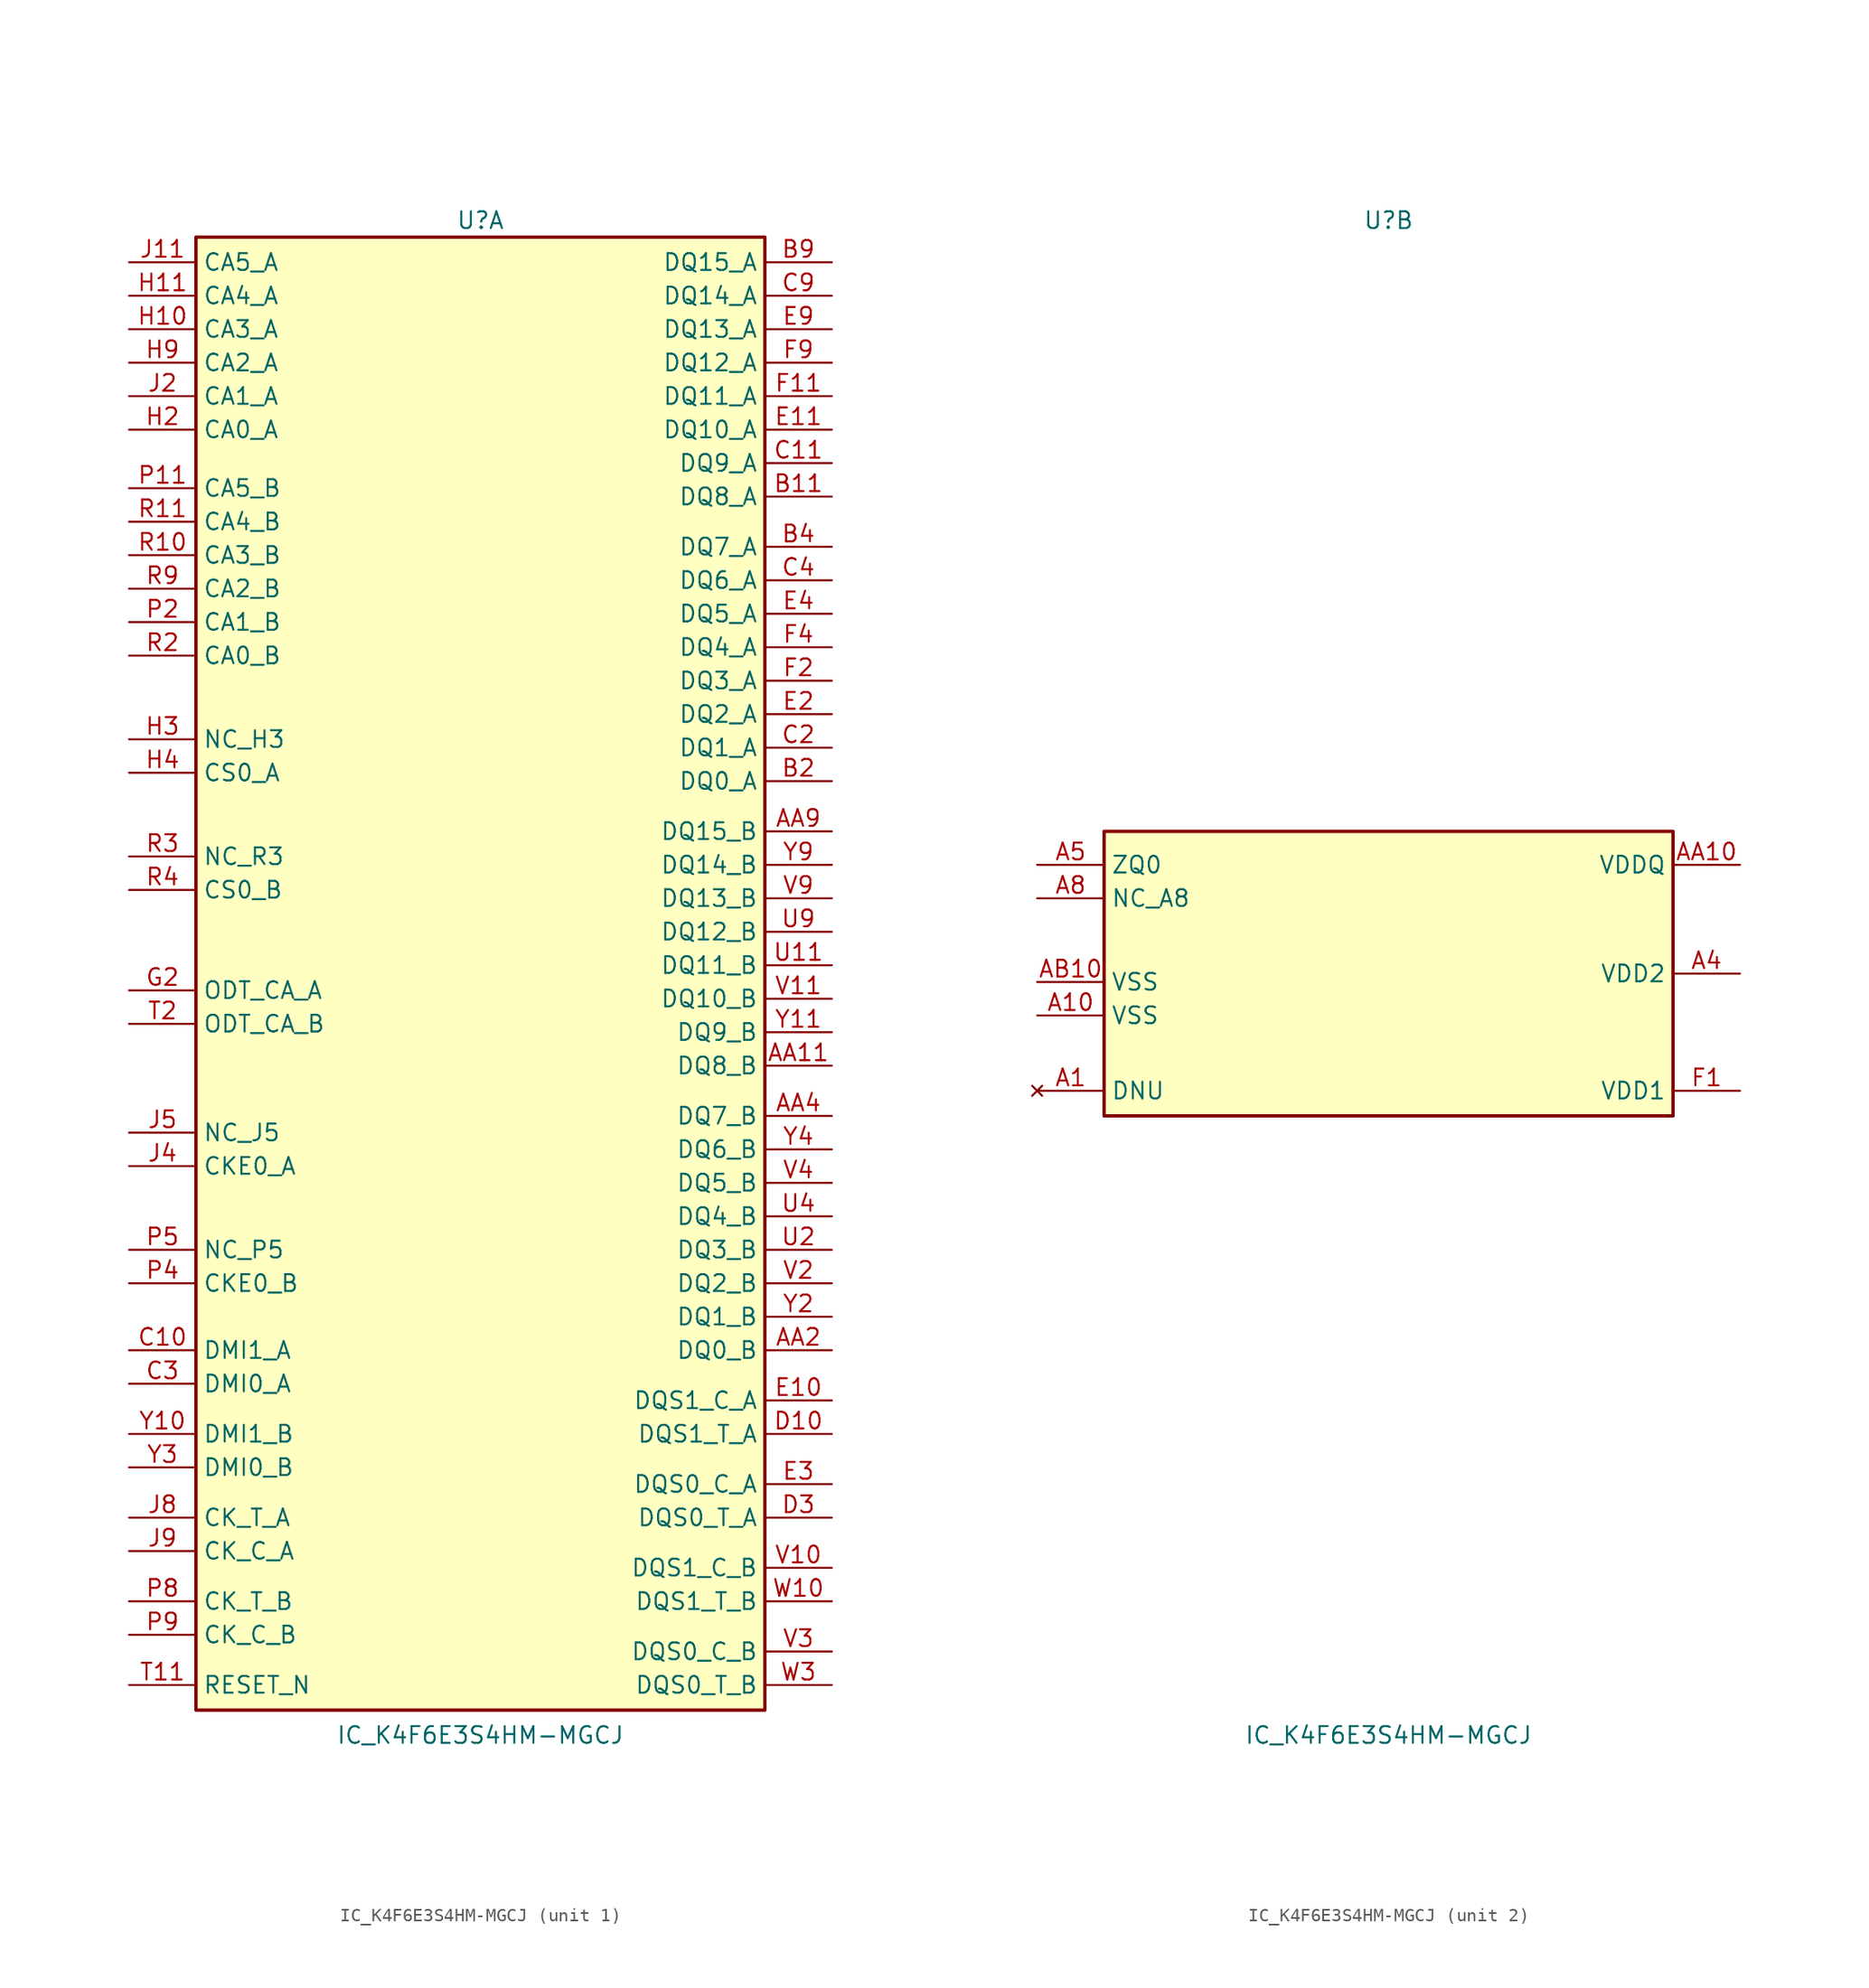
<source format=kicad_sym>
(kicad_symbol_lib
  (version 20241209)
  (generator "kicad_symbol_editor")
  (generator_version "9.0")
  (symbol "IC_K4F6E3S4HM-MGCJ"
    (property "Reference" "U"
      (at 0 57.15 0)
      (effects (font (size 1.27 1.27))))
    (property "Value" "IC_K4F6E3S4HM-MGCJ"
      (at 0 -57.785 0)
      (effects (font (size 1.27 1.27))))
    (property "ki_locked" ""
      (at 0 0 0)
      (effects (font (size 1.27 1.27))))
    (symbol "IC_K4F6E3S4HM-MGCJ_1_0"
      (pin bidirectional line (at -26.67 53.975 0) (length 5.08) (name "CA5_A" (effects (font (size 1.27 1.27)))) (number "J11" (effects (font (size 1.27 1.27)))))
      (pin bidirectional line (at -26.67 51.435 0) (length 5.08) (name "CA4_A" (effects (font (size 1.27 1.27)))) (number "H11" (effects (font (size 1.27 1.27)))))
      (pin bidirectional line (at -26.67 48.895 0) (length 5.08) (name "CA3_A" (effects (font (size 1.27 1.27)))) (number "H10" (effects (font (size 1.27 1.27)))))
      (pin bidirectional line (at -26.67 46.355 0) (length 5.08) (name "CA2_A" (effects (font (size 1.27 1.27)))) (number "H9" (effects (font (size 1.27 1.27)))))
      (pin bidirectional line (at -26.67 43.815 0) (length 5.08) (name "CA1_A" (effects (font (size 1.27 1.27)))) (number "J2" (effects (font (size 1.27 1.27)))))
      (pin bidirectional line (at -26.67 41.275 0) (length 5.08) (name "CA0_A" (effects (font (size 1.27 1.27)))) (number "H2" (effects (font (size 1.27 1.27)))))
      (pin bidirectional line (at -26.67 36.83 0) (length 5.08) (name "CA5_B" (effects (font (size 1.27 1.27)))) (number "P11" (effects (font (size 1.27 1.27)))))
      (pin bidirectional line (at -26.67 34.29 0) (length 5.08) (name "CA4_B" (effects (font (size 1.27 1.27)))) (number "R11" (effects (font (size 1.27 1.27)))))
      (pin bidirectional line (at -26.67 31.75 0) (length 5.08) (name "CA3_B" (effects (font (size 1.27 1.27)))) (number "R10" (effects (font (size 1.27 1.27)))))
      (pin bidirectional line (at -26.67 29.21 0) (length 5.08) (name "CA2_B" (effects (font (size 1.27 1.27)))) (number "R9" (effects (font (size 1.27 1.27)))))
      (pin bidirectional line (at -26.67 26.67 0) (length 5.08) (name "CA1_B" (effects (font (size 1.27 1.27)))) (number "P2" (effects (font (size 1.27 1.27)))))
      (pin bidirectional line (at -26.67 24.13 0) (length 5.08) (name "CA0_B" (effects (font (size 1.27 1.27)))) (number "R2" (effects (font (size 1.27 1.27)))))
      (pin bidirectional line (at -26.67 17.78 0) (length 5.08) (name "NC_H3" (effects (font (size 1.27 1.27)))) (number "H3" (effects (font (size 1.27 1.27)))))
      (pin bidirectional line (at -26.67 15.24 0) (length 5.08) (name "CS0_A" (effects (font (size 1.27 1.27)))) (number "H4" (effects (font (size 1.27 1.27)))))
      (pin bidirectional line (at -26.67 8.89 0) (length 5.08) (name "NC_R3" (effects (font (size 1.27 1.27)))) (number "R3" (effects (font (size 1.27 1.27)))))
      (pin bidirectional line (at -26.67 6.35 0) (length 5.08) (name "CS0_B" (effects (font (size 1.27 1.27)))) (number "R4" (effects (font (size 1.27 1.27)))))
      (pin bidirectional line (at -26.67 -1.27 0) (length 5.08) (name "ODT_CA_A" (effects (font (size 1.27 1.27)))) (number "G2" (effects (font (size 1.27 1.27)))))
      (pin bidirectional line (at -26.67 -3.81 0) (length 5.08) (name "ODT_CA_B" (effects (font (size 1.27 1.27)))) (number "T2" (effects (font (size 1.27 1.27)))))
      (pin bidirectional line (at -26.67 -12.065 0) (length 5.08) (name "NC_J5" (effects (font (size 1.27 1.27)))) (number "J5" (effects (font (size 1.27 1.27)))))
      (pin bidirectional line (at -26.67 -14.605 0) (length 5.08) (name "CKE0_A" (effects (font (size 1.27 1.27)))) (number "J4" (effects (font (size 1.27 1.27)))))
      (pin bidirectional line (at -26.67 -20.955 0) (length 5.08) (name "NC_P5" (effects (font (size 1.27 1.27)))) (number "P5" (effects (font (size 1.27 1.27)))))
      (pin bidirectional line (at -26.67 -23.495 0) (length 5.08) (name "CKE0_B" (effects (font (size 1.27 1.27)))) (number "P4" (effects (font (size 1.27 1.27)))))
      (pin bidirectional line (at -26.67 -28.575 0) (length 5.08) (name "DMI1_A" (effects (font (size 1.27 1.27)))) (number "C10" (effects (font (size 1.27 1.27)))))
      (pin bidirectional line (at -26.67 -31.115 0) (length 5.08) (name "DMI0_A" (effects (font (size 1.27 1.27)))) (number "C3" (effects (font (size 1.27 1.27)))))
      (pin bidirectional line (at -26.67 -34.925 0) (length 5.08) (name "DMI1_B" (effects (font (size 1.27 1.27)))) (number "Y10" (effects (font (size 1.27 1.27)))))
      (pin bidirectional line (at -26.67 -37.465 0) (length 5.08) (name "DMI0_B" (effects (font (size 1.27 1.27)))) (number "Y3" (effects (font (size 1.27 1.27)))))
      (pin bidirectional line (at -26.67 -41.275 0) (length 5.08) (name "CK_T_A" (effects (font (size 1.27 1.27)))) (number "J8" (effects (font (size 1.27 1.27)))))
      (pin bidirectional line (at -26.67 -43.815 0) (length 5.08) (name "CK_C_A" (effects (font (size 1.27 1.27)))) (number "J9" (effects (font (size 1.27 1.27)))))
      (pin bidirectional line (at -26.67 -47.625 0) (length 5.08) (name "CK_T_B" (effects (font (size 1.27 1.27)))) (number "P8" (effects (font (size 1.27 1.27)))))
      (pin bidirectional line (at -26.67 -50.165 0) (length 5.08) (name "CK_C_B" (effects (font (size 1.27 1.27)))) (number "P9" (effects (font (size 1.27 1.27)))))
      (pin input line (at -26.67 -53.975 0) (length 5.08) (name "RESET_N" (effects (font (size 1.27 1.27)))) (number "T11" (effects (font (size 1.27 1.27)))))
      (pin bidirectional line (at 26.67 53.975 180) (length 5.08) (name "DQ15_A" (effects (font (size 1.27 1.27)))) (number "B9" (effects (font (size 1.27 1.27)))))
      (pin bidirectional line (at 26.67 51.435 180) (length 5.08) (name "DQ14_A" (effects (font (size 1.27 1.27)))) (number "C9" (effects (font (size 1.27 1.27)))))
      (pin bidirectional line (at 26.67 48.895 180) (length 5.08) (name "DQ13_A" (effects (font (size 1.27 1.27)))) (number "E9" (effects (font (size 1.27 1.27)))))
      (pin bidirectional line (at 26.67 46.355 180) (length 5.08) (name "DQ12_A" (effects (font (size 1.27 1.27)))) (number "F9" (effects (font (size 1.27 1.27)))))
      (pin bidirectional line (at 26.67 43.815 180) (length 5.08) (name "DQ11_A" (effects (font (size 1.27 1.27)))) (number "F11" (effects (font (size 1.27 1.27)))))
      (pin bidirectional line (at 26.67 41.275 180) (length 5.08) (name "DQ10_A" (effects (font (size 1.27 1.27)))) (number "E11" (effects (font (size 1.27 1.27)))))
      (pin bidirectional line (at 26.67 38.735 180) (length 5.08) (name "DQ9_A" (effects (font (size 1.27 1.27)))) (number "C11" (effects (font (size 1.27 1.27)))))
      (pin bidirectional line (at 26.67 36.195 180) (length 5.08) (name "DQ8_A" (effects (font (size 1.27 1.27)))) (number "B11" (effects (font (size 1.27 1.27)))))
      (pin bidirectional line (at 26.67 32.385 180) (length 5.08) (name "DQ7_A" (effects (font (size 1.27 1.27)))) (number "B4" (effects (font (size 1.27 1.27)))))
      (pin bidirectional line (at 26.67 29.845 180) (length 5.08) (name "DQ6_A" (effects (font (size 1.27 1.27)))) (number "C4" (effects (font (size 1.27 1.27)))))
      (pin bidirectional line (at 26.67 27.305 180) (length 5.08) (name "DQ5_A" (effects (font (size 1.27 1.27)))) (number "E4" (effects (font (size 1.27 1.27)))))
      (pin bidirectional line (at 26.67 24.765 180) (length 5.08) (name "DQ4_A" (effects (font (size 1.27 1.27)))) (number "F4" (effects (font (size 1.27 1.27)))))
      (pin bidirectional line (at 26.67 22.225 180) (length 5.08) (name "DQ3_A" (effects (font (size 1.27 1.27)))) (number "F2" (effects (font (size 1.27 1.27)))))
      (pin bidirectional line (at 26.67 19.685 180) (length 5.08) (name "DQ2_A" (effects (font (size 1.27 1.27)))) (number "E2" (effects (font (size 1.27 1.27)))))
      (pin bidirectional line (at 26.67 17.145 180) (length 5.08) (name "DQ1_A" (effects (font (size 1.27 1.27)))) (number "C2" (effects (font (size 1.27 1.27)))))
      (pin bidirectional line (at 26.67 14.605 180) (length 5.08) (name "DQ0_A" (effects (font (size 1.27 1.27)))) (number "B2" (effects (font (size 1.27 1.27)))))
      (pin bidirectional line (at 26.67 10.795 180) (length 5.08) (name "DQ15_B" (effects (font (size 1.27 1.27)))) (number "AA9" (effects (font (size 1.27 1.27)))))
      (pin bidirectional line (at 26.67 8.255 180) (length 5.08) (name "DQ14_B" (effects (font (size 1.27 1.27)))) (number "Y9" (effects (font (size 1.27 1.27)))))
      (pin bidirectional line (at 26.67 5.715 180) (length 5.08) (name "DQ13_B" (effects (font (size 1.27 1.27)))) (number "V9" (effects (font (size 1.27 1.27)))))
      (pin bidirectional line (at 26.67 3.175 180) (length 5.08) (name "DQ12_B" (effects (font (size 1.27 1.27)))) (number "U9" (effects (font (size 1.27 1.27)))))
      (pin bidirectional line (at 26.67 0.635 180) (length 5.08) (name "DQ11_B" (effects (font (size 1.27 1.27)))) (number "U11" (effects (font (size 1.27 1.27)))))
      (pin bidirectional line (at 26.67 -1.905 180) (length 5.08) (name "DQ10_B" (effects (font (size 1.27 1.27)))) (number "V11" (effects (font (size 1.27 1.27)))))
      (pin bidirectional line (at 26.67 -4.445 180) (length 5.08) (name "DQ9_B" (effects (font (size 1.27 1.27)))) (number "Y11" (effects (font (size 1.27 1.27)))))
      (pin bidirectional line (at 26.67 -6.985 180) (length 5.08) (name "DQ8_B" (effects (font (size 1.27 1.27)))) (number "AA11" (effects (font (size 1.27 1.27)))))
      (pin bidirectional line (at 26.67 -10.795 180) (length 5.08) (name "DQ7_B" (effects (font (size 1.27 1.27)))) (number "AA4" (effects (font (size 1.27 1.27)))))
      (pin bidirectional line (at 26.67 -13.335 180) (length 5.08) (name "DQ6_B" (effects (font (size 1.27 1.27)))) (number "Y4" (effects (font (size 1.27 1.27)))))
      (pin bidirectional line (at 26.67 -15.875 180) (length 5.08) (name "DQ5_B" (effects (font (size 1.27 1.27)))) (number "V4" (effects (font (size 1.27 1.27)))))
      (pin bidirectional line (at 26.67 -18.415 180) (length 5.08) (name "DQ4_B" (effects (font (size 1.27 1.27)))) (number "U4" (effects (font (size 1.27 1.27)))))
      (pin bidirectional line (at 26.67 -20.955 180) (length 5.08) (name "DQ3_B" (effects (font (size 1.27 1.27)))) (number "U2" (effects (font (size 1.27 1.27)))))
      (pin bidirectional line (at 26.67 -23.495 180) (length 5.08) (name "DQ2_B" (effects (font (size 1.27 1.27)))) (number "V2" (effects (font (size 1.27 1.27)))))
      (pin bidirectional line (at 26.67 -26.035 180) (length 5.08) (name "DQ1_B" (effects (font (size 1.27 1.27)))) (number "Y2" (effects (font (size 1.27 1.27)))))
      (pin bidirectional line (at 26.67 -28.575 180) (length 5.08) (name "DQ0_B" (effects (font (size 1.27 1.27)))) (number "AA2" (effects (font (size 1.27 1.27)))))
      (pin bidirectional line (at 26.67 -32.385 180) (length 5.08) (name "DQS1_C_A" (effects (font (size 1.27 1.27)))) (number "E10" (effects (font (size 1.27 1.27)))))
      (pin bidirectional line (at 26.67 -34.925 180) (length 5.08) (name "DQS1_T_A" (effects (font (size 1.27 1.27)))) (number "D10" (effects (font (size 1.27 1.27)))))
      (pin bidirectional line (at 26.67 -38.735 180) (length 5.08) (name "DQS0_C_A" (effects (font (size 1.27 1.27)))) (number "E3" (effects (font (size 1.27 1.27)))))
      (pin bidirectional line (at 26.67 -41.275 180) (length 5.08) (name "DQS0_T_A" (effects (font (size 1.27 1.27)))) (number "D3" (effects (font (size 1.27 1.27)))))
      (pin bidirectional line (at 26.67 -45.085 180) (length 5.08) (name "DQS1_C_B" (effects (font (size 1.27 1.27)))) (number "V10" (effects (font (size 1.27 1.27)))))
      (pin bidirectional line (at 26.67 -47.625 180) (length 5.08) (name "DQS1_T_B" (effects (font (size 1.27 1.27)))) (number "W10" (effects (font (size 1.27 1.27)))))
      (pin bidirectional line (at 26.67 -51.435 180) (length 5.08) (name "DQS0_C_B" (effects (font (size 1.27 1.27)))) (number "V3" (effects (font (size 1.27 1.27)))))
      (pin bidirectional line (at 26.67 -53.975 180) (length 5.08) (name "DQS0_T_B" (effects (font (size 1.27 1.27)))) (number "W3" (effects (font (size 1.27 1.27))))))
    (symbol "IC_K4F6E3S4HM-MGCJ_1_1"
      (rectangle (start -21.59 55.88) (end 21.59 -55.88) (stroke (width 0.254) (type default)) (fill (type background))))
    (symbol "IC_K4F6E3S4HM-MGCJ_2_0"
      (pin passive line (at -26.67 8.255 0) (length 5.08) (name "ZQ0" (effects (font (size 1.27 1.27)))) (number "A5" (effects (font (size 1.27 1.27)))))
      (pin passive line (at -26.67 5.715 0) (length 5.08) (name "NC_A8" (effects (font (size 1.27 1.27)))) (number "A8" (effects (font (size 1.27 1.27)))))
      (pin passive line (at -26.67 -0.635 0) (length 5.08) (name "VSS" (effects (font (size 1.27 1.27)))) (number "AB10" (effects (font (size 1.27 1.27)))))
      (pin passive line (at -26.67 -0.635 0) (length 5.08) (hide yes) (name "VSS" (effects (font (size 1.27 1.27)))) (number "AB3" (effects (font (size 1.27 1.27)))))
      (pin passive line (at -26.67 -0.635 0) (length 5.08) (hide yes) (name "VSS" (effects (font (size 1.27 1.27)))) (number "AB5" (effects (font (size 1.27 1.27)))))
      (pin passive line (at -26.67 -0.635 0) (length 5.08) (hide yes) (name "VSS" (effects (font (size 1.27 1.27)))) (number "AB8" (effects (font (size 1.27 1.27)))))
      (pin passive line (at -26.67 -0.635 0) (length 5.08) (hide yes) (name "VSS" (effects (font (size 1.27 1.27)))) (number "C1" (effects (font (size 1.27 1.27)))))
      (pin passive line (at -26.67 -0.635 0) (length 5.08) (hide yes) (name "VSS" (effects (font (size 1.27 1.27)))) (number "C12" (effects (font (size 1.27 1.27)))))
      (pin passive line (at -26.67 -0.635 0) (length 5.08) (hide yes) (name "VSS" (effects (font (size 1.27 1.27)))) (number "C5" (effects (font (size 1.27 1.27)))))
      (pin passive line (at -26.67 -0.635 0) (length 5.08) (hide yes) (name "VSS" (effects (font (size 1.27 1.27)))) (number "C8" (effects (font (size 1.27 1.27)))))
      (pin passive line (at -26.67 -0.635 0) (length 5.08) (hide yes) (name "VSS" (effects (font (size 1.27 1.27)))) (number "D11" (effects (font (size 1.27 1.27)))))
      (pin passive line (at -26.67 -0.635 0) (length 5.08) (hide yes) (name "VSS" (effects (font (size 1.27 1.27)))) (number "D2" (effects (font (size 1.27 1.27)))))
      (pin passive line (at -26.67 -0.635 0) (length 5.08) (hide yes) (name "VSS" (effects (font (size 1.27 1.27)))) (number "D4" (effects (font (size 1.27 1.27)))))
      (pin passive line (at -26.67 -0.635 0) (length 5.08) (hide yes) (name "VSS" (effects (font (size 1.27 1.27)))) (number "D9" (effects (font (size 1.27 1.27)))))
      (pin passive line (at -26.67 -0.635 0) (length 5.08) (hide yes) (name "VSS" (effects (font (size 1.27 1.27)))) (number "E1" (effects (font (size 1.27 1.27)))))
      (pin passive line (at -26.67 -0.635 0) (length 5.08) (hide yes) (name "VSS" (effects (font (size 1.27 1.27)))) (number "E12" (effects (font (size 1.27 1.27)))))
      (pin passive line (at -26.67 -0.635 0) (length 5.08) (hide yes) (name "VSS" (effects (font (size 1.27 1.27)))) (number "E5" (effects (font (size 1.27 1.27)))))
      (pin passive line (at -26.67 -0.635 0) (length 5.08) (hide yes) (name "VSS" (effects (font (size 1.27 1.27)))) (number "E8" (effects (font (size 1.27 1.27)))))
      (pin passive line (at -26.67 -0.635 0) (length 5.08) (hide yes) (name "VSS" (effects (font (size 1.27 1.27)))) (number "G1" (effects (font (size 1.27 1.27)))))
      (pin passive line (at -26.67 -0.635 0) (length 5.08) (hide yes) (name "VSS" (effects (font (size 1.27 1.27)))) (number "G10" (effects (font (size 1.27 1.27)))))
      (pin passive line (at -26.67 -0.635 0) (length 5.08) (hide yes) (name "VSS" (effects (font (size 1.27 1.27)))) (number "G12" (effects (font (size 1.27 1.27)))))
      (pin passive line (at -26.67 -0.635 0) (length 5.08) (hide yes) (name "VSS" (effects (font (size 1.27 1.27)))) (number "G3" (effects (font (size 1.27 1.27)))))
      (pin passive line (at -26.67 -0.635 0) (length 5.08) (hide yes) (name "VSS" (effects (font (size 1.27 1.27)))) (number "G5" (effects (font (size 1.27 1.27)))))
      (pin passive line (at -26.67 -0.635 0) (length 5.08) (hide yes) (name "VSS" (effects (font (size 1.27 1.27)))) (number "G8" (effects (font (size 1.27 1.27)))))
      (pin passive line (at -26.67 -0.635 0) (length 5.08) (hide yes) (name "VSS" (effects (font (size 1.27 1.27)))) (number "J1" (effects (font (size 1.27 1.27)))))
      (pin passive line (at -26.67 -0.635 0) (length 5.08) (hide yes) (name "VSS" (effects (font (size 1.27 1.27)))) (number "J10" (effects (font (size 1.27 1.27)))))
      (pin passive line (at -26.67 -0.635 0) (length 5.08) (hide yes) (name "VSS" (effects (font (size 1.27 1.27)))) (number "J12" (effects (font (size 1.27 1.27)))))
      (pin passive line (at -26.67 -0.635 0) (length 5.08) (hide yes) (name "VSS" (effects (font (size 1.27 1.27)))) (number "J3" (effects (font (size 1.27 1.27)))))
      (pin passive line (at -26.67 -0.635 0) (length 5.08) (hide yes) (name "VSS" (effects (font (size 1.27 1.27)))) (number "K11" (effects (font (size 1.27 1.27)))))
      (pin passive line (at -26.67 -0.635 0) (length 5.08) (hide yes) (name "VSS" (effects (font (size 1.27 1.27)))) (number "K2" (effects (font (size 1.27 1.27)))))
      (pin passive line (at -26.67 -0.635 0) (length 5.08) (hide yes) (name "VSS" (effects (font (size 1.27 1.27)))) (number "K4" (effects (font (size 1.27 1.27)))))
      (pin passive line (at -26.67 -0.635 0) (length 5.08) (hide yes) (name "VSS" (effects (font (size 1.27 1.27)))) (number "K9" (effects (font (size 1.27 1.27)))))
      (pin passive line (at -26.67 -0.635 0) (length 5.08) (hide yes) (name "VSS" (effects (font (size 1.27 1.27)))) (number "N11" (effects (font (size 1.27 1.27)))))
      (pin passive line (at -26.67 -0.635 0) (length 5.08) (hide yes) (name "VSS" (effects (font (size 1.27 1.27)))) (number "N2" (effects (font (size 1.27 1.27)))))
      (pin passive line (at -26.67 -0.635 0) (length 5.08) (hide yes) (name "VSS" (effects (font (size 1.27 1.27)))) (number "N4" (effects (font (size 1.27 1.27)))))
      (pin passive line (at -26.67 -0.635 0) (length 5.08) (hide yes) (name "VSS" (effects (font (size 1.27 1.27)))) (number "N9" (effects (font (size 1.27 1.27)))))
      (pin passive line (at -26.67 -0.635 0) (length 5.08) (hide yes) (name "VSS" (effects (font (size 1.27 1.27)))) (number "P1" (effects (font (size 1.27 1.27)))))
      (pin passive line (at -26.67 -0.635 0) (length 5.08) (hide yes) (name "VSS" (effects (font (size 1.27 1.27)))) (number "P10" (effects (font (size 1.27 1.27)))))
      (pin passive line (at -26.67 -0.635 0) (length 5.08) (hide yes) (name "VSS" (effects (font (size 1.27 1.27)))) (number "P12" (effects (font (size 1.27 1.27)))))
      (pin passive line (at -26.67 -0.635 0) (length 5.08) (hide yes) (name "VSS" (effects (font (size 1.27 1.27)))) (number "P3" (effects (font (size 1.27 1.27)))))
      (pin passive line (at -26.67 -0.635 0) (length 5.08) (hide yes) (name "VSS" (effects (font (size 1.27 1.27)))) (number "T1" (effects (font (size 1.27 1.27)))))
      (pin passive line (at -26.67 -0.635 0) (length 5.08) (hide yes) (name "VSS" (effects (font (size 1.27 1.27)))) (number "T10" (effects (font (size 1.27 1.27)))))
      (pin passive line (at -26.67 -0.635 0) (length 5.08) (hide yes) (name "VSS" (effects (font (size 1.27 1.27)))) (number "T12" (effects (font (size 1.27 1.27)))))
      (pin passive line (at -26.67 -0.635 0) (length 5.08) (hide yes) (name "VSS" (effects (font (size 1.27 1.27)))) (number "T3" (effects (font (size 1.27 1.27)))))
      (pin passive line (at -26.67 -0.635 0) (length 5.08) (hide yes) (name "VSS" (effects (font (size 1.27 1.27)))) (number "T5" (effects (font (size 1.27 1.27)))))
      (pin passive line (at -26.67 -0.635 0) (length 5.08) (hide yes) (name "VSS" (effects (font (size 1.27 1.27)))) (number "T8" (effects (font (size 1.27 1.27)))))
      (pin passive line (at -26.67 -0.635 0) (length 5.08) (hide yes) (name "VSS" (effects (font (size 1.27 1.27)))) (number "V1" (effects (font (size 1.27 1.27)))))
      (pin passive line (at -26.67 -0.635 0) (length 5.08) (hide yes) (name "VSS" (effects (font (size 1.27 1.27)))) (number "V12" (effects (font (size 1.27 1.27)))))
      (pin passive line (at -26.67 -0.635 0) (length 5.08) (hide yes) (name "VSS" (effects (font (size 1.27 1.27)))) (number "V5" (effects (font (size 1.27 1.27)))))
      (pin passive line (at -26.67 -0.635 0) (length 5.08) (hide yes) (name "VSS" (effects (font (size 1.27 1.27)))) (number "V8" (effects (font (size 1.27 1.27)))))
      (pin passive line (at -26.67 -0.635 0) (length 5.08) (hide yes) (name "VSS" (effects (font (size 1.27 1.27)))) (number "W11" (effects (font (size 1.27 1.27)))))
      (pin passive line (at -26.67 -0.635 0) (length 5.08) (hide yes) (name "VSS" (effects (font (size 1.27 1.27)))) (number "W2" (effects (font (size 1.27 1.27)))))
      (pin passive line (at -26.67 -0.635 0) (length 5.08) (hide yes) (name "VSS" (effects (font (size 1.27 1.27)))) (number "W4" (effects (font (size 1.27 1.27)))))
      (pin passive line (at -26.67 -0.635 0) (length 5.08) (hide yes) (name "VSS" (effects (font (size 1.27 1.27)))) (number "W9" (effects (font (size 1.27 1.27)))))
      (pin passive line (at -26.67 -0.635 0) (length 5.08) (hide yes) (name "VSS" (effects (font (size 1.27 1.27)))) (number "Y1" (effects (font (size 1.27 1.27)))))
      (pin passive line (at -26.67 -0.635 0) (length 5.08) (hide yes) (name "VSS" (effects (font (size 1.27 1.27)))) (number "Y12" (effects (font (size 1.27 1.27)))))
      (pin passive line (at -26.67 -0.635 0) (length 5.08) (hide yes) (name "VSS" (effects (font (size 1.27 1.27)))) (number "Y5" (effects (font (size 1.27 1.27)))))
      (pin passive line (at -26.67 -0.635 0) (length 5.08) (hide yes) (name "VSS" (effects (font (size 1.27 1.27)))) (number "Y8" (effects (font (size 1.27 1.27)))))
      (pin passive line (at -26.67 -3.175 0) (length 5.08) (name "VSS" (effects (font (size 1.27 1.27)))) (number "A10" (effects (font (size 1.27 1.27)))))
      (pin passive line (at -26.67 -3.175 0) (length 5.08) (hide yes) (name "VSS" (effects (font (size 1.27 1.27)))) (number "A3" (effects (font (size 1.27 1.27)))))
      (pin no_connect line (at -26.67 -8.89 0) (length 5.08) (name "DNU" (effects (font (size 1.27 1.27)))) (number "A1" (effects (font (size 1.27 1.27)))))
      (pin no_connect line (at -26.67 -8.89 0) (length 5.08) (hide yes) (name "DNU" (effects (font (size 1.27 1.27)))) (number "A11" (effects (font (size 1.27 1.27)))))
      (pin no_connect line (at -26.67 -8.89 0) (length 5.08) (hide yes) (name "DNU" (effects (font (size 1.27 1.27)))) (number "A12" (effects (font (size 1.27 1.27)))))
      (pin no_connect line (at -26.67 -8.89 0) (length 5.08) (hide yes) (name "DNU" (effects (font (size 1.27 1.27)))) (number "A2" (effects (font (size 1.27 1.27)))))
      (pin no_connect line (at -26.67 -8.89 0) (length 5.08) (hide yes) (name "NC_AA1" (effects (font (size 1.27 1.27)))) (number "AA1" (effects (font (size 1.27 1.27)))))
      (pin no_connect line (at -26.67 -8.89 0) (length 5.08) (hide yes) (name "NC_AA12" (effects (font (size 1.27 1.27)))) (number "AA12" (effects (font (size 1.27 1.27)))))
      (pin no_connect line (at -26.67 -8.89 0) (length 5.08) (hide yes) (name "NC_AB1" (effects (font (size 1.27 1.27)))) (number "AB1" (effects (font (size 1.27 1.27)))))
      (pin no_connect line (at -26.67 -8.89 0) (length 5.08) (hide yes) (name "NC_AB10" (effects (font (size 1.27 1.27)))) (number "AB11" (effects (font (size 1.27 1.27)))))
      (pin no_connect line (at -26.67 -8.89 0) (length 5.08) (hide yes) (name "NC_AB12" (effects (font (size 1.27 1.27)))) (number "AB12" (effects (font (size 1.27 1.27)))))
      (pin no_connect line (at -26.67 -8.89 0) (length 5.08) (hide yes) (name "NC_AB2" (effects (font (size 1.27 1.27)))) (number "AB2" (effects (font (size 1.27 1.27)))))
      (pin no_connect line (at -26.67 -8.89 0) (length 5.08) (hide yes) (name "DNU" (effects (font (size 1.27 1.27)))) (number "B1" (effects (font (size 1.27 1.27)))))
      (pin no_connect line (at -26.67 -8.89 0) (length 5.08) (hide yes) (name "DNU" (effects (font (size 1.27 1.27)))) (number "B12" (effects (font (size 1.27 1.27)))))
      (pin no_connect line (at -26.67 -8.89 0) (length 5.08) (hide yes) (name "DNU" (effects (font (size 1.27 1.27)))) (number "G11" (effects (font (size 1.27 1.27)))))
      (pin no_connect line (at -26.67 -8.89 0) (length 5.08) (hide yes) (name "DNU" (effects (font (size 1.27 1.27)))) (number "K5" (effects (font (size 1.27 1.27)))))
      (pin no_connect line (at -26.67 -8.89 0) (length 5.08) (hide yes) (name "DNU" (effects (font (size 1.27 1.27)))) (number "K8" (effects (font (size 1.27 1.27)))))
      (pin no_connect line (at -26.67 -8.89 0) (length 5.08) (hide yes) (name "DNU" (effects (font (size 1.27 1.27)))) (number "N5" (effects (font (size 1.27 1.27)))))
      (pin no_connect line (at -26.67 -8.89 0) (length 5.08) (hide yes) (name "DNU" (effects (font (size 1.27 1.27)))) (number "N8" (effects (font (size 1.27 1.27)))))
      (pin passive line (at 26.67 8.255 180) (length 5.08) (name "VDDQ" (effects (font (size 1.27 1.27)))) (number "AA10" (effects (font (size 1.27 1.27)))))
      (pin passive line (at 26.67 8.255 180) (length 5.08) (hide yes) (name "VDDQ" (effects (font (size 1.27 1.27)))) (number "AA3" (effects (font (size 1.27 1.27)))))
      (pin passive line (at 26.67 8.255 180) (length 5.08) (hide yes) (name "VDDQ" (effects (font (size 1.27 1.27)))) (number "AA5" (effects (font (size 1.27 1.27)))))
      (pin passive line (at 26.67 8.255 180) (length 5.08) (hide yes) (name "VDDQ" (effects (font (size 1.27 1.27)))) (number "AA8" (effects (font (size 1.27 1.27)))))
      (pin passive line (at 26.67 8.255 180) (length 5.08) (hide yes) (name "VDDQ" (effects (font (size 1.27 1.27)))) (number "B10" (effects (font (size 1.27 1.27)))))
      (pin passive line (at 26.67 8.255 180) (length 5.08) (hide yes) (name "VDDQ" (effects (font (size 1.27 1.27)))) (number "B3" (effects (font (size 1.27 1.27)))))
      (pin passive line (at 26.67 8.255 180) (length 5.08) (hide yes) (name "VDDQ" (effects (font (size 1.27 1.27)))) (number "B5" (effects (font (size 1.27 1.27)))))
      (pin passive line (at 26.67 8.255 180) (length 5.08) (hide yes) (name "VDDQ" (effects (font (size 1.27 1.27)))) (number "B8" (effects (font (size 1.27 1.27)))))
      (pin passive line (at 26.67 8.255 180) (length 5.08) (hide yes) (name "VDDQ" (effects (font (size 1.27 1.27)))) (number "D1" (effects (font (size 1.27 1.27)))))
      (pin passive line (at 26.67 8.255 180) (length 5.08) (hide yes) (name "VDDQ" (effects (font (size 1.27 1.27)))) (number "D12" (effects (font (size 1.27 1.27)))))
      (pin passive line (at 26.67 8.255 180) (length 5.08) (hide yes) (name "VDDQ" (effects (font (size 1.27 1.27)))) (number "D5" (effects (font (size 1.27 1.27)))))
      (pin passive line (at 26.67 8.255 180) (length 5.08) (hide yes) (name "VDDQ" (effects (font (size 1.27 1.27)))) (number "D8" (effects (font (size 1.27 1.27)))))
      (pin passive line (at 26.67 8.255 180) (length 5.08) (hide yes) (name "VDDQ" (effects (font (size 1.27 1.27)))) (number "F10" (effects (font (size 1.27 1.27)))))
      (pin passive line (at 26.67 8.255 180) (length 5.08) (hide yes) (name "VDDQ" (effects (font (size 1.27 1.27)))) (number "F3" (effects (font (size 1.27 1.27)))))
      (pin passive line (at 26.67 8.255 180) (length 5.08) (hide yes) (name "VDDQ" (effects (font (size 1.27 1.27)))) (number "U10" (effects (font (size 1.27 1.27)))))
      (pin passive line (at 26.67 8.255 180) (length 5.08) (hide yes) (name "VDDQ" (effects (font (size 1.27 1.27)))) (number "U3" (effects (font (size 1.27 1.27)))))
      (pin passive line (at 26.67 8.255 180) (length 5.08) (hide yes) (name "VDDQ" (effects (font (size 1.27 1.27)))) (number "W1" (effects (font (size 1.27 1.27)))))
      (pin passive line (at 26.67 8.255 180) (length 5.08) (hide yes) (name "VDDQ" (effects (font (size 1.27 1.27)))) (number "W12" (effects (font (size 1.27 1.27)))))
      (pin passive line (at 26.67 8.255 180) (length 5.08) (hide yes) (name "VDDQ" (effects (font (size 1.27 1.27)))) (number "W5" (effects (font (size 1.27 1.27)))))
      (pin passive line (at 26.67 8.255 180) (length 5.08) (hide yes) (name "VDDQ" (effects (font (size 1.27 1.27)))) (number "W8" (effects (font (size 1.27 1.27)))))
      (pin passive line (at 26.67 0 180) (length 5.08) (name "VDD2" (effects (font (size 1.27 1.27)))) (number "A4" (effects (font (size 1.27 1.27)))))
      (pin passive line (at 26.67 0 180) (length 5.08) (hide yes) (name "VDD2" (effects (font (size 1.27 1.27)))) (number "A9" (effects (font (size 1.27 1.27)))))
      (pin passive line (at 26.67 0 180) (length 5.08) (hide yes) (name "VDD2" (effects (font (size 1.27 1.27)))) (number "AB4" (effects (font (size 1.27 1.27)))))
      (pin passive line (at 26.67 0 180) (length 5.08) (hide yes) (name "VDD2" (effects (font (size 1.27 1.27)))) (number "AB9" (effects (font (size 1.27 1.27)))))
      (pin passive line (at 26.67 0 180) (length 5.08) (hide yes) (name "VDD2" (effects (font (size 1.27 1.27)))) (number "F5" (effects (font (size 1.27 1.27)))))
      (pin passive line (at 26.67 0 180) (length 5.08) (hide yes) (name "VDD2" (effects (font (size 1.27 1.27)))) (number "F8" (effects (font (size 1.27 1.27)))))
      (pin passive line (at 26.67 0 180) (length 5.08) (hide yes) (name "VDD2" (effects (font (size 1.27 1.27)))) (number "H1" (effects (font (size 1.27 1.27)))))
      (pin passive line (at 26.67 0 180) (length 5.08) (hide yes) (name "VDD2" (effects (font (size 1.27 1.27)))) (number "H12" (effects (font (size 1.27 1.27)))))
      (pin passive line (at 26.67 0 180) (length 5.08) (hide yes) (name "VDD2" (effects (font (size 1.27 1.27)))) (number "H5" (effects (font (size 1.27 1.27)))))
      (pin passive line (at 26.67 0 180) (length 5.08) (hide yes) (name "VDD2" (effects (font (size 1.27 1.27)))) (number "H8" (effects (font (size 1.27 1.27)))))
      (pin passive line (at 26.67 0 180) (length 5.08) (hide yes) (name "VDD2" (effects (font (size 1.27 1.27)))) (number "K1" (effects (font (size 1.27 1.27)))))
      (pin passive line (at 26.67 0 180) (length 5.08) (hide yes) (name "VDD2" (effects (font (size 1.27 1.27)))) (number "K10" (effects (font (size 1.27 1.27)))))
      (pin passive line (at 26.67 0 180) (length 5.08) (hide yes) (name "VDD2" (effects (font (size 1.27 1.27)))) (number "K12" (effects (font (size 1.27 1.27)))))
      (pin passive line (at 26.67 0 180) (length 5.08) (hide yes) (name "VDD2" (effects (font (size 1.27 1.27)))) (number "K3" (effects (font (size 1.27 1.27)))))
      (pin passive line (at 26.67 0 180) (length 5.08) (hide yes) (name "VDD2" (effects (font (size 1.27 1.27)))) (number "N1" (effects (font (size 1.27 1.27)))))
      (pin passive line (at 26.67 0 180) (length 5.08) (hide yes) (name "VDD2" (effects (font (size 1.27 1.27)))) (number "N10" (effects (font (size 1.27 1.27)))))
      (pin passive line (at 26.67 0 180) (length 5.08) (hide yes) (name "VDD2" (effects (font (size 1.27 1.27)))) (number "N12" (effects (font (size 1.27 1.27)))))
      (pin passive line (at 26.67 0 180) (length 5.08) (hide yes) (name "VDD2" (effects (font (size 1.27 1.27)))) (number "N3" (effects (font (size 1.27 1.27)))))
      (pin passive line (at 26.67 0 180) (length 5.08) (hide yes) (name "VDD2" (effects (font (size 1.27 1.27)))) (number "R1" (effects (font (size 1.27 1.27)))))
      (pin passive line (at 26.67 0 180) (length 5.08) (hide yes) (name "VDD2" (effects (font (size 1.27 1.27)))) (number "R12" (effects (font (size 1.27 1.27)))))
      (pin passive line (at 26.67 0 180) (length 5.08) (hide yes) (name "VDD2" (effects (font (size 1.27 1.27)))) (number "R5" (effects (font (size 1.27 1.27)))))
      (pin passive line (at 26.67 0 180) (length 5.08) (hide yes) (name "VDD2" (effects (font (size 1.27 1.27)))) (number "R8" (effects (font (size 1.27 1.27)))))
      (pin passive line (at 26.67 0 180) (length 5.08) (hide yes) (name "VDD2" (effects (font (size 1.27 1.27)))) (number "U5" (effects (font (size 1.27 1.27)))))
      (pin passive line (at 26.67 0 180) (length 5.08) (hide yes) (name "VDD2" (effects (font (size 1.27 1.27)))) (number "U8" (effects (font (size 1.27 1.27)))))
      (pin passive line (at 26.67 -8.89 180) (length 5.08) (name "VDD1" (effects (font (size 1.27 1.27)))) (number "F1" (effects (font (size 1.27 1.27)))))
      (pin passive line (at 26.67 -8.89 180) (length 5.08) (hide yes) (name "VDD1" (effects (font (size 1.27 1.27)))) (number "F12" (effects (font (size 1.27 1.27)))))
      (pin passive line (at 26.67 -8.89 180) (length 5.08) (hide yes) (name "VDD1" (effects (font (size 1.27 1.27)))) (number "G4" (effects (font (size 1.27 1.27)))))
      (pin passive line (at 26.67 -8.89 180) (length 5.08) (hide yes) (name "VDD1" (effects (font (size 1.27 1.27)))) (number "G9" (effects (font (size 1.27 1.27)))))
      (pin passive line (at 26.67 -8.89 180) (length 5.08) (hide yes) (name "VDD1" (effects (font (size 1.27 1.27)))) (number "T4" (effects (font (size 1.27 1.27)))))
      (pin passive line (at 26.67 -8.89 180) (length 5.08) (hide yes) (name "VDD1" (effects (font (size 1.27 1.27)))) (number "T9" (effects (font (size 1.27 1.27)))))
      (pin passive line (at 26.67 -8.89 180) (length 5.08) (hide yes) (name "VDD1" (effects (font (size 1.27 1.27)))) (number "U1" (effects (font (size 1.27 1.27)))))
      (pin passive line (at 26.67 -8.89 180) (length 5.08) (hide yes) (name "VDD1" (effects (font (size 1.27 1.27)))) (number "U12" (effects (font (size 1.27 1.27))))))
    (symbol "IC_K4F6E3S4HM-MGCJ_2_1"
      (rectangle (start -21.59 10.795) (end 21.59 -10.795) (stroke (width 0.254) (type default)) (fill (type background))))))
</source>
